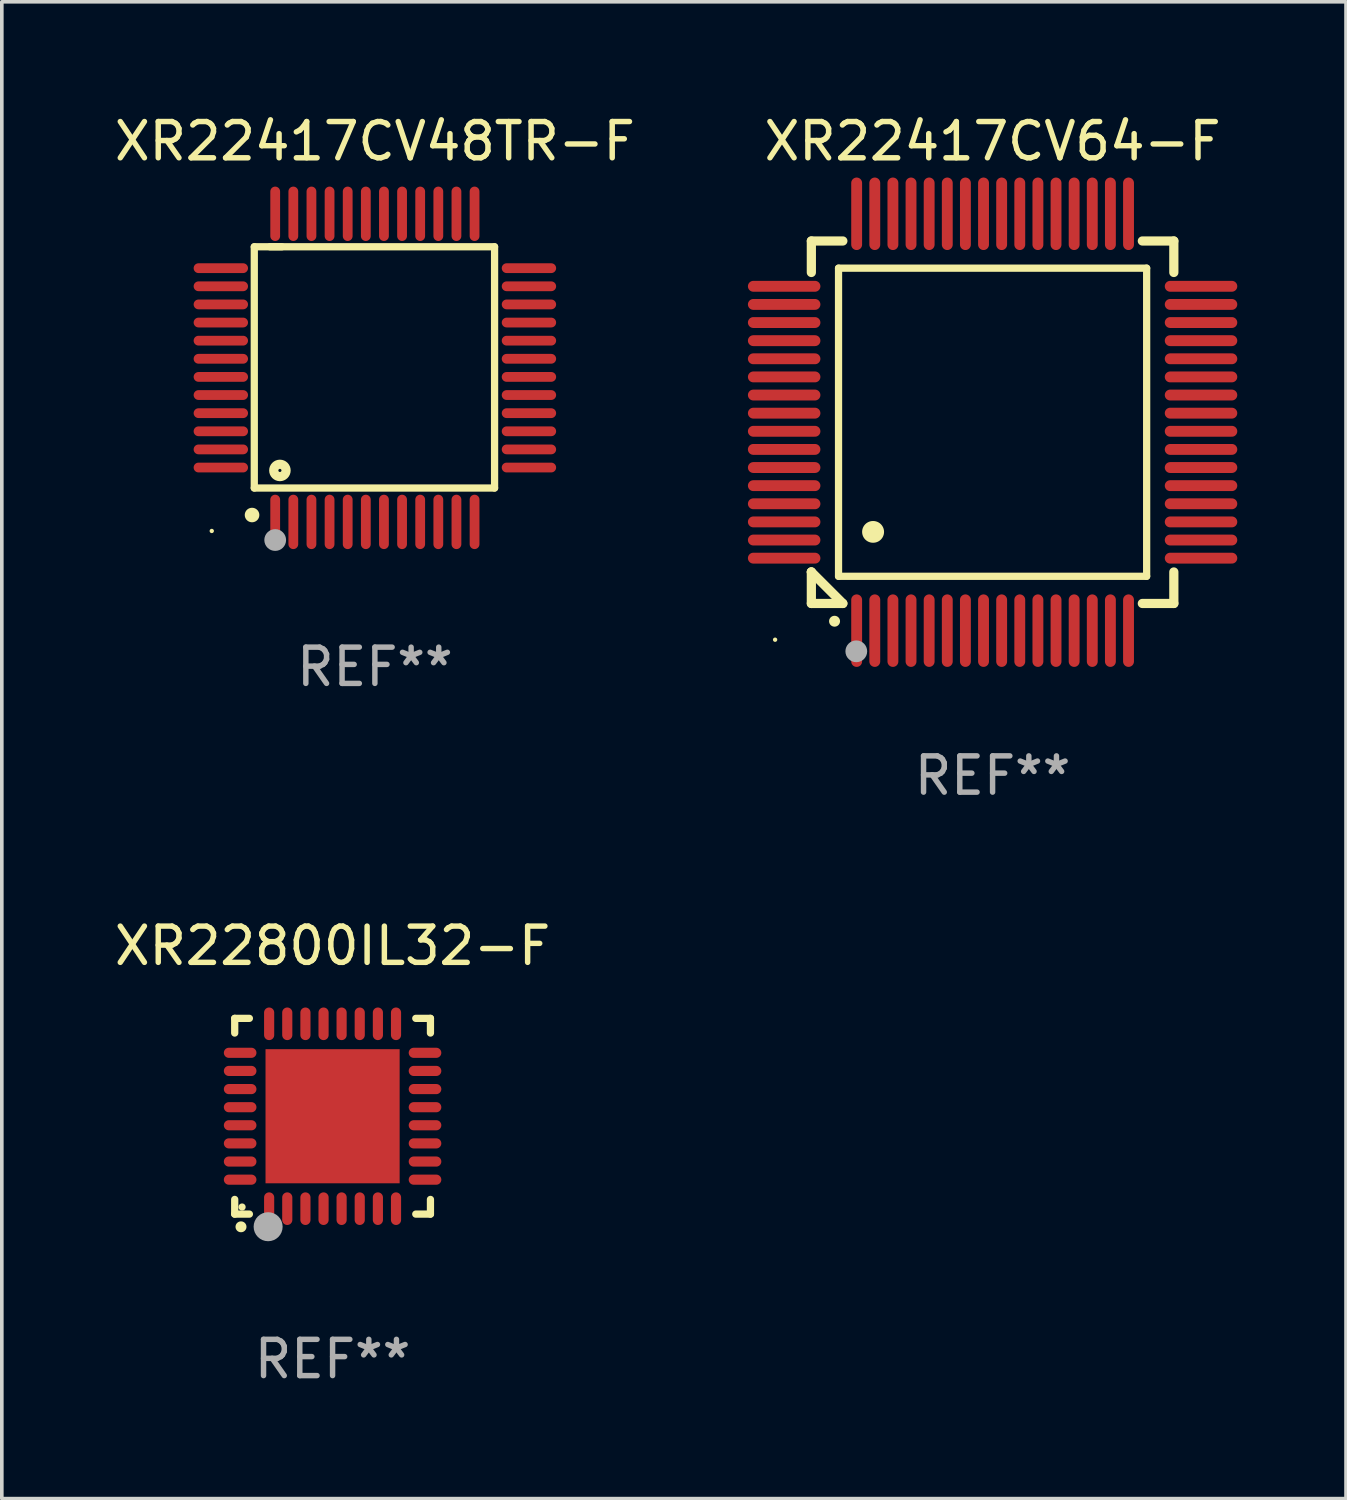
<source format=kicad_pcb>
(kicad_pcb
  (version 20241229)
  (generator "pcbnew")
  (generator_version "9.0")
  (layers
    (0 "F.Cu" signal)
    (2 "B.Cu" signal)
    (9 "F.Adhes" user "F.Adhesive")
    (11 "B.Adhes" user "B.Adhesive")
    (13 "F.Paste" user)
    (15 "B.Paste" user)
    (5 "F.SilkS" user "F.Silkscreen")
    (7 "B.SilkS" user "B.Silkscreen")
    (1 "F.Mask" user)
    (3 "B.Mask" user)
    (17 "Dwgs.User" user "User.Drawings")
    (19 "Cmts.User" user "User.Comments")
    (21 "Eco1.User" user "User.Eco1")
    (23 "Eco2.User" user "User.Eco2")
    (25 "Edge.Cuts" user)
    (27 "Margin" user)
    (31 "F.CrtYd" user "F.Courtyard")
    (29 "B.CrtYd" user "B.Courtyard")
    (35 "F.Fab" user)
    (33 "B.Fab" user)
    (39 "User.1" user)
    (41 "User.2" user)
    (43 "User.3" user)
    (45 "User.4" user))
  (footprint "XR22417CV64-F"
    (layer "F.Cu")
    (at 24.333 8.598)
    (property "Reference" "XR22417CV64-F" (at 0 -7.75 0) (layer "F.SilkS") (effects (font (size 1 1) (thickness 0.15))))
    (attr through_hole)
    (fp_line (start -5 -5) (end -4.131 -5) (stroke (width 0.254) (type solid)) (layer "F.SilkS"))
    (fp_line (start -5 -4.131) (end -5 -5) (stroke (width 0.254) (type solid)) (layer "F.SilkS"))
    (fp_line (start -5 4.131) (end -5 4.131) (stroke (width 0.254) (type solid)) (layer "F.SilkS"))
    (fp_line (start -5 5) (end -5 4.131) (stroke (width 0.254) (type solid)) (layer "F.SilkS"))
    (fp_line (start -5 4.131) (end -4.131 5) (stroke (width 0.254) (type solid)) (layer "F.SilkS"))
    (fp_line (start -4.25 -4.25) (end -4.25 4.25) (stroke (width 0.2) (type solid)) (layer "F.SilkS"))
    (fp_line (start -4.25 4.25) (end 4.25 4.25) (stroke (width 0.2) (type solid)) (layer "F.SilkS"))
    (fp_line (start -4.131 5) (end -5 5) (stroke (width 0.254) (type solid)) (layer "F.SilkS"))
    (fp_line (start 4.25 -4.25) (end -4.25 -4.25) (stroke (width 0.2) (type solid)) (layer "F.SilkS"))
    (fp_line (start 4.25 4.25) (end 4.25 -4.25) (stroke (width 0.2) (type solid)) (layer "F.SilkS"))
    (fp_line (start 5 -5) (end 4.131 -5) (stroke (width 0.254) (type solid)) (layer "F.SilkS"))
    (fp_line (start 5 -5) (end 5 -4.131) (stroke (width 0.254) (type solid)) (layer "F.SilkS"))
    (fp_line (start 5 4.131) (end 5 5) (stroke (width 0.254) (type solid)) (layer "F.SilkS"))
    (fp_line (start 5 5) (end 4.131 5) (stroke (width 0.254) (type solid)) (layer "F.SilkS"))
    (fp_arc (start -4.361265 5.489992) (mid -4.359995 5.489987) (end -4.358725 5.489992) (stroke (width 0.3) (type solid)) (layer "F.SilkS"))
    (fp_arc (start -3.299467 3.025146) (mid -3.296927 3.025135) (end -3.294387 3.025146) (stroke (width 0.6) (type solid)) (layer "F.SilkS"))
    (fp_circle (center -6 6) (end -5.97 6) (stroke (width 0.06) (type solid)) (fill no) (layer "F.SilkS"))
    (fp_circle (center -3.76 6.32) (end -3.61 6.32) (stroke (width 0.3) (type solid)) (fill no) (layer "F.Fab"))
    (fp_text user "REF**" (at 0 9.75 0) (layer "F.Fab") (effects (font (size 1 1) (thickness 0.15))))
    (pad "1" smd oval (at -3.75 5.75) (size 0.3 2) (layers "F.Cu" "F.Mask" "F.Paste"))
    (pad "2" smd oval (at -3.25 5.75) (size 0.3 2) (layers "F.Cu" "F.Mask" "F.Paste"))
    (pad "3" smd oval (at -2.75 5.75) (size 0.3 2) (layers "F.Cu" "F.Mask" "F.Paste"))
    (pad "4" smd oval (at -2.25 5.75) (size 0.3 2) (layers "F.Cu" "F.Mask" "F.Paste"))
    (pad "5" smd oval (at -1.75 5.75) (size 0.3 2) (layers "F.Cu" "F.Mask" "F.Paste"))
    (pad "6" smd oval (at -1.25 5.75) (size 0.3 2) (layers "F.Cu" "F.Mask" "F.Paste"))
    (pad "7" smd oval (at -0.75 5.75) (size 0.3 2) (layers "F.Cu" "F.Mask" "F.Paste"))
    (pad "8" smd oval (at -0.25 5.75) (size 0.3 2) (layers "F.Cu" "F.Mask" "F.Paste"))
    (pad "9" smd oval (at 0.25 5.75) (size 0.3 2) (layers "F.Cu" "F.Mask" "F.Paste"))
    (pad "10" smd oval (at 0.75 5.75) (size 0.3 2) (layers "F.Cu" "F.Mask" "F.Paste"))
    (pad "11" smd oval (at 1.25 5.75) (size 0.3 2) (layers "F.Cu" "F.Mask" "F.Paste"))
    (pad "12" smd oval (at 1.75 5.75) (size 0.3 2) (layers "F.Cu" "F.Mask" "F.Paste"))
    (pad "13" smd oval (at 2.25 5.75) (size 0.3 2) (layers "F.Cu" "F.Mask" "F.Paste"))
    (pad "14" smd oval (at 2.75 5.75) (size 0.3 2) (layers "F.Cu" "F.Mask" "F.Paste"))
    (pad "15" smd oval (at 3.25 5.75) (size 0.3 2) (layers "F.Cu" "F.Mask" "F.Paste"))
    (pad "16" smd oval (at 3.75 5.75) (size 0.3 2) (layers "F.Cu" "F.Mask" "F.Paste"))
    (pad "17" smd oval (at 5.75 3.75) (size 2 0.3) (layers "F.Cu" "F.Mask" "F.Paste"))
    (pad "18" smd oval (at 5.75 3.25) (size 2 0.3) (layers "F.Cu" "F.Mask" "F.Paste"))
    (pad "19" smd oval (at 5.75 2.75) (size 2 0.3) (layers "F.Cu" "F.Mask" "F.Paste"))
    (pad "20" smd oval (at 5.75 2.25) (size 2 0.3) (layers "F.Cu" "F.Mask" "F.Paste"))
    (pad "21" smd oval (at 5.75 1.75) (size 2 0.3) (layers "F.Cu" "F.Mask" "F.Paste"))
    (pad "22" smd oval (at 5.75 1.25) (size 2 0.3) (layers "F.Cu" "F.Mask" "F.Paste"))
    (pad "23" smd oval (at 5.75 0.75) (size 2 0.3) (layers "F.Cu" "F.Mask" "F.Paste"))
    (pad "24" smd oval (at 5.75 0.25) (size 2 0.3) (layers "F.Cu" "F.Mask" "F.Paste"))
    (pad "25" smd oval (at 5.75 -0.25) (size 2 0.3) (layers "F.Cu" "F.Mask" "F.Paste"))
    (pad "26" smd oval (at 5.75 -0.75) (size 2 0.3) (layers "F.Cu" "F.Mask" "F.Paste"))
    (pad "27" smd oval (at 5.75 -1.25) (size 2 0.3) (layers "F.Cu" "F.Mask" "F.Paste"))
    (pad "28" smd oval (at 5.75 -1.75) (size 2 0.3) (layers "F.Cu" "F.Mask" "F.Paste"))
    (pad "29" smd oval (at 5.75 -2.25) (size 2 0.3) (layers "F.Cu" "F.Mask" "F.Paste"))
    (pad "30" smd oval (at 5.75 -2.75) (size 2 0.3) (layers "F.Cu" "F.Mask" "F.Paste"))
    (pad "31" smd oval (at 5.75 -3.25) (size 2 0.3) (layers "F.Cu" "F.Mask" "F.Paste"))
    (pad "32" smd oval (at 5.75 -3.75) (size 2 0.3) (layers "F.Cu" "F.Mask" "F.Paste"))
    (pad "33" smd oval (at 3.75 -5.75) (size 0.3 2) (layers "F.Cu" "F.Mask" "F.Paste"))
    (pad "34" smd oval (at 3.25 -5.75) (size 0.3 2) (layers "F.Cu" "F.Mask" "F.Paste"))
    (pad "35" smd oval (at 2.75 -5.75) (size 0.3 2) (layers "F.Cu" "F.Mask" "F.Paste"))
    (pad "36" smd oval (at 2.25 -5.75) (size 0.3 2) (layers "F.Cu" "F.Mask" "F.Paste"))
    (pad "37" smd oval (at 1.75 -5.75) (size 0.3 2) (layers "F.Cu" "F.Mask" "F.Paste"))
    (pad "38" smd oval (at 1.25 -5.75) (size 0.3 2) (layers "F.Cu" "F.Mask" "F.Paste"))
    (pad "39" smd oval (at 0.75 -5.75) (size 0.3 2) (layers "F.Cu" "F.Mask" "F.Paste"))
    (pad "40" smd oval (at 0.25 -5.75) (size 0.3 2) (layers "F.Cu" "F.Mask" "F.Paste"))
    (pad "41" smd oval (at -0.25 -5.75) (size 0.3 2) (layers "F.Cu" "F.Mask" "F.Paste"))
    (pad "42" smd oval (at -0.75 -5.75) (size 0.3 2) (layers "F.Cu" "F.Mask" "F.Paste"))
    (pad "43" smd oval (at -1.25 -5.75) (size 0.3 2) (layers "F.Cu" "F.Mask" "F.Paste"))
    (pad "44" smd oval (at -1.75 -5.75) (size 0.3 2) (layers "F.Cu" "F.Mask" "F.Paste"))
    (pad "45" smd oval (at -2.25 -5.75) (size 0.3 2) (layers "F.Cu" "F.Mask" "F.Paste"))
    (pad "46" smd oval (at -2.75 -5.75) (size 0.3 2) (layers "F.Cu" "F.Mask" "F.Paste"))
    (pad "47" smd oval (at -3.25 -5.75) (size 0.3 2) (layers "F.Cu" "F.Mask" "F.Paste"))
    (pad "48" smd oval (at -3.75 -5.75) (size 0.3 2) (layers "F.Cu" "F.Mask" "F.Paste"))
    (pad "49" smd oval (at -5.75 -3.75) (size 2 0.3) (layers "F.Cu" "F.Mask" "F.Paste"))
    (pad "50" smd oval (at -5.75 -3.25) (size 2 0.3) (layers "F.Cu" "F.Mask" "F.Paste"))
    (pad "51" smd oval (at -5.75 -2.75) (size 2 0.3) (layers "F.Cu" "F.Mask" "F.Paste"))
    (pad "52" smd oval (at -5.75 -2.25) (size 2 0.3) (layers "F.Cu" "F.Mask" "F.Paste"))
    (pad "53" smd oval (at -5.75 -1.75) (size 2 0.3) (layers "F.Cu" "F.Mask" "F.Paste"))
    (pad "54" smd oval (at -5.75 -1.25) (size 2 0.3) (layers "F.Cu" "F.Mask" "F.Paste"))
    (pad "55" smd oval (at -5.75 -0.75) (size 2 0.3) (layers "F.Cu" "F.Mask" "F.Paste"))
    (pad "56" smd oval (at -5.75 -0.25) (size 2 0.3) (layers "F.Cu" "F.Mask" "F.Paste"))
    (pad "57" smd oval (at -5.75 0.25) (size 2 0.3) (layers "F.Cu" "F.Mask" "F.Paste"))
    (pad "58" smd oval (at -5.75 0.75) (size 2 0.3) (layers "F.Cu" "F.Mask" "F.Paste"))
    (pad "59" smd oval (at -5.75 1.25) (size 2 0.3) (layers "F.Cu" "F.Mask" "F.Paste"))
    (pad "60" smd oval (at -5.75 1.75) (size 2 0.3) (layers "F.Cu" "F.Mask" "F.Paste"))
    (pad "61" smd oval (at -5.75 2.25) (size 2 0.3) (layers "F.Cu" "F.Mask" "F.Paste"))
    (pad "62" smd oval (at -5.75 2.75) (size 2 0.3) (layers "F.Cu" "F.Mask" "F.Paste"))
    (pad "63" smd oval (at -5.75 3.25) (size 2 0.3) (layers "F.Cu" "F.Mask" "F.Paste"))
    (pad "64" smd oval (at -5.75 3.75) (size 2 0.3) (layers "F.Cu" "F.Mask" "F.Paste")))
  (footprint "XR22800IL32-F"
    (layer "F.Cu")
    (at 6.125 27.744)
    (property "Reference" "XR22800IL32-F" (at 0 -4.7 0) (layer "F.SilkS") (effects (font (size 1 1) (thickness 0.15))))
    (attr through_hole)
    (fp_line (start -2.7 -2.7) (end -2.295 -2.7) (stroke (width 0.2) (type solid)) (layer "F.SilkS"))
    (fp_line (start -2.7 -2.295) (end -2.7 -2.7) (stroke (width 0.2) (type solid)) (layer "F.SilkS"))
    (fp_line (start -2.7 2.7) (end -2.7 2.295) (stroke (width 0.2) (type solid)) (layer "F.SilkS"))
    (fp_line (start -2.295 2.7) (end -2.7 2.7) (stroke (width 0.2) (type solid)) (layer "F.SilkS"))
    (fp_line (start 2.295 2.7) (end 2.7 2.7) (stroke (width 0.2) (type solid)) (layer "F.SilkS"))
    (fp_line (start 2.7 -2.7) (end 2.295 -2.7) (stroke (width 0.2) (type solid)) (layer "F.SilkS"))
    (fp_line (start 2.7 -2.295) (end 2.7 -2.7) (stroke (width 0.2) (type solid)) (layer "F.SilkS"))
    (fp_line (start 2.7 2.7) (end 2.7 2.295) (stroke (width 0.2) (type solid)) (layer "F.SilkS"))
    (fp_arc (start -2.527889 3.050546) (mid -2.526619 3.050541) (end -2.525349 3.050546) (stroke (width 0.3) (type solid)) (layer "F.SilkS"))
    (fp_circle (center -2.497 2.505) (end -2.447 2.505) (stroke (width 0.1) (type solid)) (fill no) (layer "F.SilkS"))
    (fp_circle (center -1.778 3.048) (end -1.578 3.048) (stroke (width 0.4) (type solid)) (fill no) (layer "F.Fab"))
    (fp_text user "REF**" (at 0 6.7 0) (layer "F.Fab") (effects (font (size 1 1) (thickness 0.15))))
    (pad "1" smd oval (at -1.75 2.55) (size 0.28 0.9) (layers "F.Cu" "F.Mask" "F.Paste"))
    (pad "2" smd oval (at -1.25 2.55) (size 0.28 0.9) (layers "F.Cu" "F.Mask" "F.Paste"))
    (pad "3" smd oval (at -0.749 2.55) (size 0.28 0.9) (layers "F.Cu" "F.Mask" "F.Paste"))
    (pad "4" smd oval (at -0.249 2.55) (size 0.28 0.9) (layers "F.Cu" "F.Mask" "F.Paste"))
    (pad "5" smd oval (at 0.249 2.55) (size 0.28 0.9) (layers "F.Cu" "F.Mask" "F.Paste"))
    (pad "6" smd oval (at 0.749 2.55) (size 0.28 0.9) (layers "F.Cu" "F.Mask" "F.Paste"))
    (pad "7" smd oval (at 1.25 2.55) (size 0.28 0.9) (layers "F.Cu" "F.Mask" "F.Paste"))
    (pad "8" smd oval (at 1.75 2.55) (size 0.28 0.9) (layers "F.Cu" "F.Mask" "F.Paste"))
    (pad "9" smd oval (at 2.55 1.75) (size 0.9 0.28) (layers "F.Cu" "F.Mask" "F.Paste"))
    (pad "10" smd oval (at 2.55 1.25) (size 0.9 0.28) (layers "F.Cu" "F.Mask" "F.Paste"))
    (pad "11" smd oval (at 2.55 0.749) (size 0.9 0.28) (layers "F.Cu" "F.Mask" "F.Paste"))
    (pad "12" smd oval (at 2.55 0.249) (size 0.9 0.28) (layers "F.Cu" "F.Mask" "F.Paste"))
    (pad "13" smd oval (at 2.55 -0.249) (size 0.9 0.28) (layers "F.Cu" "F.Mask" "F.Paste"))
    (pad "14" smd oval (at 2.55 -0.749) (size 0.9 0.28) (layers "F.Cu" "F.Mask" "F.Paste"))
    (pad "15" smd oval (at 2.55 -1.25) (size 0.9 0.28) (layers "F.Cu" "F.Mask" "F.Paste"))
    (pad "16" smd oval (at 2.55 -1.75) (size 0.9 0.28) (layers "F.Cu" "F.Mask" "F.Paste"))
    (pad "17" smd oval (at 1.75 -2.55) (size 0.28 0.9) (layers "F.Cu" "F.Mask" "F.Paste"))
    (pad "18" smd oval (at 1.25 -2.55) (size 0.28 0.9) (layers "F.Cu" "F.Mask" "F.Paste"))
    (pad "19" smd oval (at 0.749 -2.55) (size 0.28 0.9) (layers "F.Cu" "F.Mask" "F.Paste"))
    (pad "20" smd oval (at 0.249 -2.55) (size 0.28 0.9) (layers "F.Cu" "F.Mask" "F.Paste"))
    (pad "21" smd oval (at -0.249 -2.55) (size 0.28 0.9) (layers "F.Cu" "F.Mask" "F.Paste"))
    (pad "22" smd oval (at -0.749 -2.55) (size 0.28 0.9) (layers "F.Cu" "F.Mask" "F.Paste"))
    (pad "23" smd oval (at -1.25 -2.55) (size 0.28 0.9) (layers "F.Cu" "F.Mask" "F.Paste"))
    (pad "24" smd oval (at -1.75 -2.55) (size 0.28 0.9) (layers "F.Cu" "F.Mask" "F.Paste"))
    (pad "25" smd oval (at -2.55 -1.75) (size 0.9 0.28) (layers "F.Cu" "F.Mask" "F.Paste"))
    (pad "26" smd oval (at -2.55 -1.25) (size 0.9 0.28) (layers "F.Cu" "F.Mask" "F.Paste"))
    (pad "27" smd oval (at -2.55 -0.749) (size 0.9 0.28) (layers "F.Cu" "F.Mask" "F.Paste"))
    (pad "28" smd oval (at -2.55 -0.249) (size 0.9 0.28) (layers "F.Cu" "F.Mask" "F.Paste"))
    (pad "29" smd oval (at -2.55 0.249) (size 0.9 0.28) (layers "F.Cu" "F.Mask" "F.Paste"))
    (pad "30" smd oval (at -2.55 0.749) (size 0.9 0.28) (layers "F.Cu" "F.Mask" "F.Paste"))
    (pad "31" smd oval (at -2.55 1.25) (size 0.9 0.28) (layers "F.Cu" "F.Mask" "F.Paste"))
    (pad "32" smd oval (at -2.55 1.75) (size 0.9 0.28) (layers "F.Cu" "F.Mask" "F.Paste"))
    (pad "33" smd rect (at 0.000076 0.000076) (size 3.7 3.7) (layers "F.Cu" "F.Mask" "F.Paste")))
  (footprint "XR22417CV48TR-F"
    (layer "F.Cu")
    (at 7.292 7.098)
    (property "Reference" "XR22417CV48TR-F" (at 0 -6.25 0) (layer "F.SilkS") (effects (font (size 1 1) (thickness 0.15))))
    (attr through_hole)
    (fp_line (start -3.327 -3.34) (end -2.565 -3.34) (stroke (width 0.2) (type solid)) (layer "F.SilkS"))
    (fp_line (start -3.327 3.315) (end -3.327 -3.34) (stroke (width 0.2) (type solid)) (layer "F.SilkS"))
    (fp_line (start -2.896 -3.34) (end 3.302 -3.34) (stroke (width 0.2) (type solid)) (layer "F.SilkS"))
    (fp_line (start 3.302 -3.34) (end 3.302 3.315) (stroke (width 0.2) (type solid)) (layer "F.SilkS"))
    (fp_line (start 3.302 3.315) (end -3.327 3.315) (stroke (width 0.2) (type solid)) (layer "F.SilkS"))
    (fp_arc (start -3.389992 4.059995) (mid -3.388722 4.059991) (end -3.387452 4.059995) (stroke (width 0.4) (type solid)) (layer "F.SilkS"))
    (fp_circle (center -4.5 4.5) (end -4.47 4.5) (stroke (width 0.06) (type solid)) (fill no) (layer "F.SilkS"))
    (fp_circle (center -2.62 2.83) (end -2.45 2.83) (stroke (width 0.254) (type solid)) (fill no) (layer "F.SilkS"))
    (fp_circle (center -2.75 4.75) (end -2.6 4.75) (stroke (width 0.3) (type solid)) (fill no) (layer "F.Fab"))
    (fp_text user "REF**" (at 0 8.25 0) (layer "F.Fab") (effects (font (size 1 1) (thickness 0.15))))
    (pad "1" smd oval (at -2.75 4.25) (size 0.27 1.5) (layers "F.Cu" "F.Mask" "F.Paste"))
    (pad "2" smd oval (at -2.25 4.25) (size 0.27 1.5) (layers "F.Cu" "F.Mask" "F.Paste"))
    (pad "3" smd oval (at -1.75 4.25) (size 0.27 1.5) (layers "F.Cu" "F.Mask" "F.Paste"))
    (pad "4" smd oval (at -1.25 4.25) (size 0.27 1.5) (layers "F.Cu" "F.Mask" "F.Paste"))
    (pad "5" smd oval (at -0.75 4.25) (size 0.27 1.5) (layers "F.Cu" "F.Mask" "F.Paste"))
    (pad "6" smd oval (at -0.25 4.25) (size 0.27 1.5) (layers "F.Cu" "F.Mask" "F.Paste"))
    (pad "7" smd oval (at 0.25 4.25) (size 0.27 1.5) (layers "F.Cu" "F.Mask" "F.Paste"))
    (pad "8" smd oval (at 0.75 4.25) (size 0.27 1.5) (layers "F.Cu" "F.Mask" "F.Paste"))
    (pad "9" smd oval (at 1.25 4.25) (size 0.27 1.5) (layers "F.Cu" "F.Mask" "F.Paste"))
    (pad "10" smd oval (at 1.75 4.25) (size 0.27 1.5) (layers "F.Cu" "F.Mask" "F.Paste"))
    (pad "11" smd oval (at 2.25 4.25) (size 0.27 1.5) (layers "F.Cu" "F.Mask" "F.Paste"))
    (pad "12" smd oval (at 2.75 4.25) (size 0.27 1.5) (layers "F.Cu" "F.Mask" "F.Paste"))
    (pad "13" smd oval (at 4.25 2.75) (size 1.5 0.27) (layers "F.Cu" "F.Mask" "F.Paste"))
    (pad "14" smd oval (at 4.25 2.25) (size 1.5 0.27) (layers "F.Cu" "F.Mask" "F.Paste"))
    (pad "15" smd oval (at 4.25 1.75) (size 1.5 0.27) (layers "F.Cu" "F.Mask" "F.Paste"))
    (pad "16" smd oval (at 4.25 1.25) (size 1.5 0.27) (layers "F.Cu" "F.Mask" "F.Paste"))
    (pad "17" smd oval (at 4.25 0.75) (size 1.5 0.27) (layers "F.Cu" "F.Mask" "F.Paste"))
    (pad "18" smd oval (at 4.25 0.25) (size 1.5 0.27) (layers "F.Cu" "F.Mask" "F.Paste"))
    (pad "19" smd oval (at 4.25 -0.25) (size 1.5 0.27) (layers "F.Cu" "F.Mask" "F.Paste"))
    (pad "20" smd oval (at 4.25 -0.75) (size 1.5 0.27) (layers "F.Cu" "F.Mask" "F.Paste"))
    (pad "21" smd oval (at 4.25 -1.25) (size 1.5 0.27) (layers "F.Cu" "F.Mask" "F.Paste"))
    (pad "22" smd oval (at 4.25 -1.75) (size 1.5 0.27) (layers "F.Cu" "F.Mask" "F.Paste"))
    (pad "23" smd oval (at 4.25 -2.25) (size 1.5 0.27) (layers "F.Cu" "F.Mask" "F.Paste"))
    (pad "24" smd oval (at 4.25 -2.75) (size 1.5 0.27) (layers "F.Cu" "F.Mask" "F.Paste"))
    (pad "25" smd oval (at 2.75 -4.25) (size 0.27 1.5) (layers "F.Cu" "F.Mask" "F.Paste"))
    (pad "26" smd oval (at 2.25 -4.25) (size 0.27 1.5) (layers "F.Cu" "F.Mask" "F.Paste"))
    (pad "27" smd oval (at 1.75 -4.25) (size 0.27 1.5) (layers "F.Cu" "F.Mask" "F.Paste"))
    (pad "28" smd oval (at 1.25 -4.25) (size 0.27 1.5) (layers "F.Cu" "F.Mask" "F.Paste"))
    (pad "29" smd oval (at 0.75 -4.25) (size 0.27 1.5) (layers "F.Cu" "F.Mask" "F.Paste"))
    (pad "30" smd oval (at 0.25 -4.25) (size 0.27 1.5) (layers "F.Cu" "F.Mask" "F.Paste"))
    (pad "31" smd oval (at -0.25 -4.25) (size 0.27 1.5) (layers "F.Cu" "F.Mask" "F.Paste"))
    (pad "32" smd oval (at -0.75 -4.25) (size 0.27 1.5) (layers "F.Cu" "F.Mask" "F.Paste"))
    (pad "33" smd oval (at -1.25 -4.25) (size 0.27 1.5) (layers "F.Cu" "F.Mask" "F.Paste"))
    (pad "34" smd oval (at -1.75 -4.25) (size 0.27 1.5) (layers "F.Cu" "F.Mask" "F.Paste"))
    (pad "35" smd oval (at -2.25 -4.25) (size 0.27 1.5) (layers "F.Cu" "F.Mask" "F.Paste"))
    (pad "36" smd oval (at -2.75 -4.25) (size 0.27 1.5) (layers "F.Cu" "F.Mask" "F.Paste"))
    (pad "37" smd oval (at -4.25 -2.75) (size 1.5 0.27) (layers "F.Cu" "F.Mask" "F.Paste"))
    (pad "38" smd oval (at -4.25 -2.25) (size 1.5 0.27) (layers "F.Cu" "F.Mask" "F.Paste"))
    (pad "39" smd oval (at -4.25 -1.75) (size 1.5 0.27) (layers "F.Cu" "F.Mask" "F.Paste"))
    (pad "40" smd oval (at -4.25 -1.25) (size 1.5 0.27) (layers "F.Cu" "F.Mask" "F.Paste"))
    (pad "41" smd oval (at -4.25 -0.75) (size 1.5 0.27) (layers "F.Cu" "F.Mask" "F.Paste"))
    (pad "42" smd oval (at -4.25 -0.25) (size 1.5 0.27) (layers "F.Cu" "F.Mask" "F.Paste"))
    (pad "43" smd oval (at -4.25 0.25) (size 1.5 0.27) (layers "F.Cu" "F.Mask" "F.Paste"))
    (pad "44" smd oval (at -4.25 0.75) (size 1.5 0.27) (layers "F.Cu" "F.Mask" "F.Paste"))
    (pad "45" smd oval (at -4.25 1.25) (size 1.5 0.27) (layers "F.Cu" "F.Mask" "F.Paste"))
    (pad "46" smd oval (at -4.25 1.75) (size 1.5 0.27) (layers "F.Cu" "F.Mask" "F.Paste"))
    (pad "47" smd oval (at -4.25 2.25) (size 1.5 0.27) (layers "F.Cu" "F.Mask" "F.Paste"))
    (pad "48" smd oval (at -4.25 2.75) (size 1.5 0.27) (layers "F.Cu" "F.Mask" "F.Paste")))
  (gr_rect
    (start -3 -3)
    (end 34.083 38.293)
    (stroke (width 0.1) (type default))
    (fill no)
    (layer "Edge.Cuts")))
</source>
